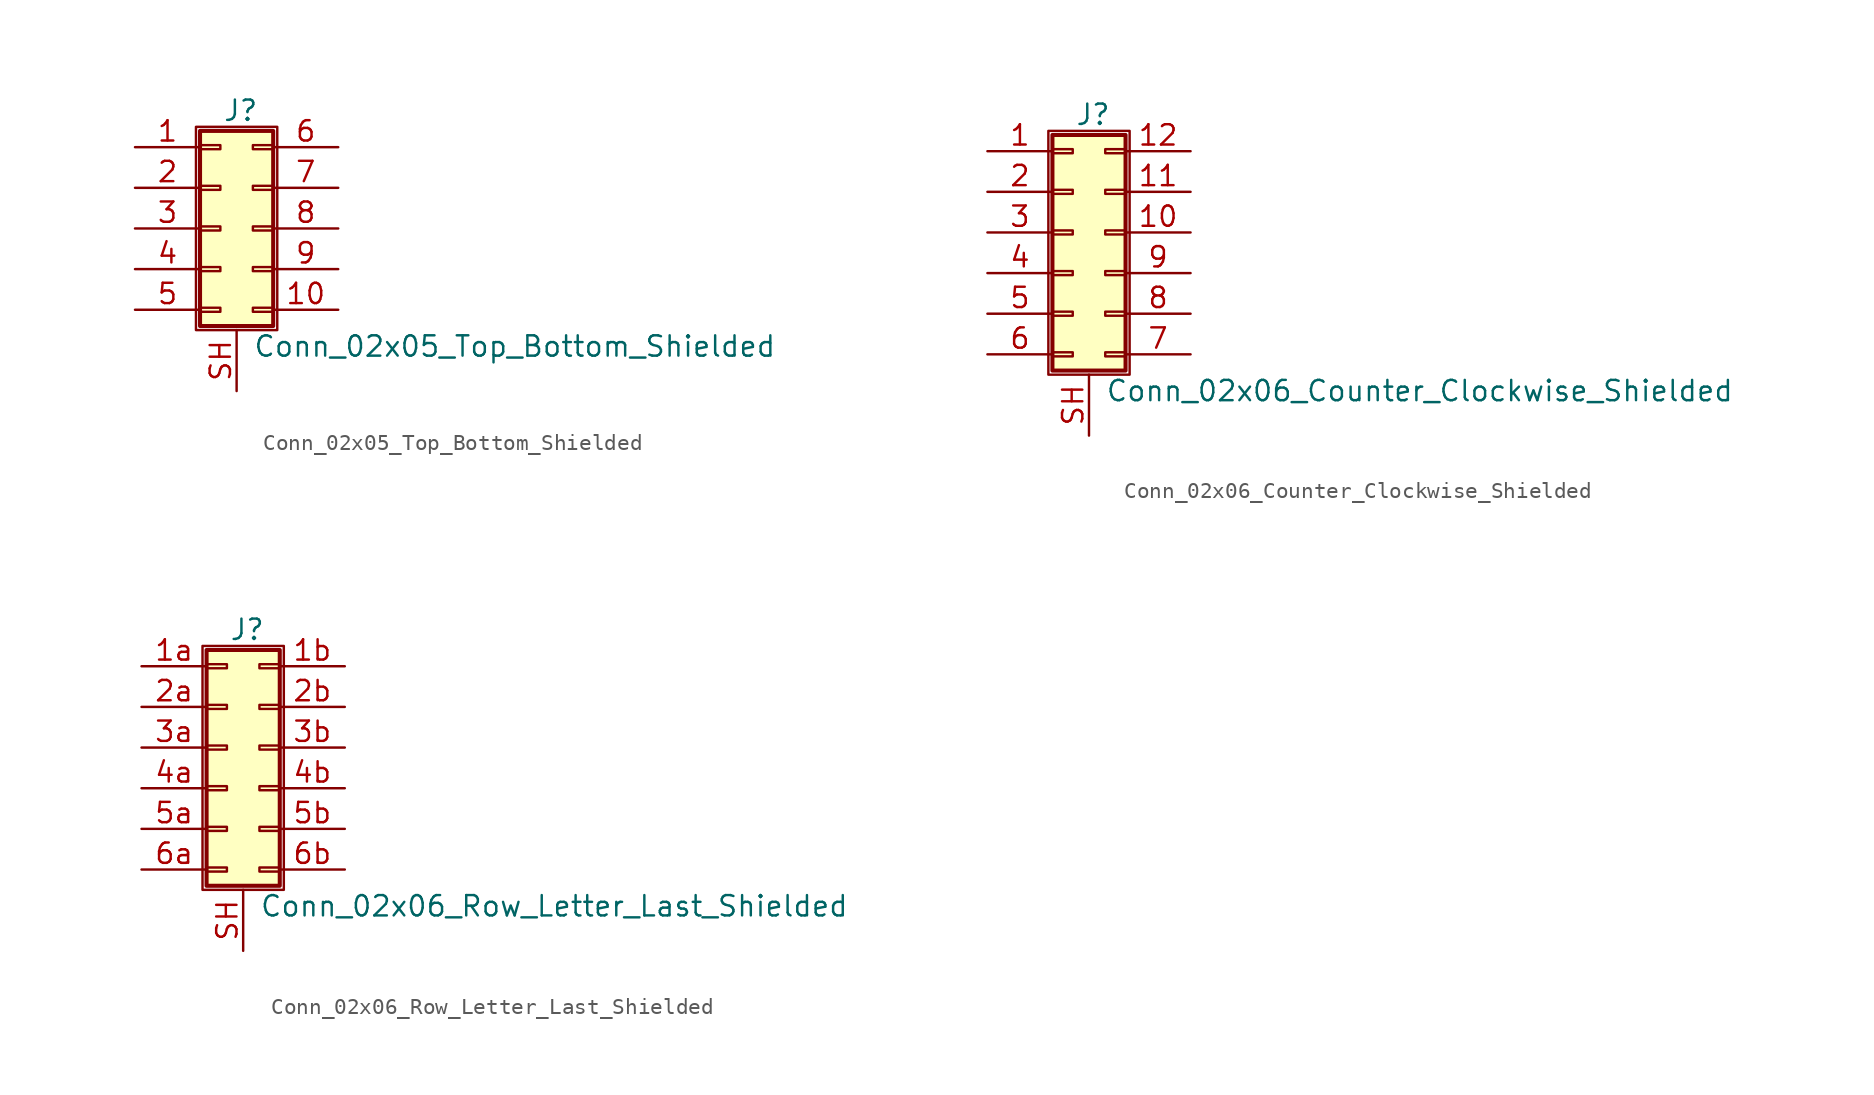
<source format=kicad_sym>
(kicad_symbol_lib
  (version 20211014)
  (generator kicad_symbol_editor)
  (symbol "Conn_02x05_Top_Bottom_Shielded"
    (pin_names
      (offset 1.016) hide)
    (property "Reference" "J"
      (at 1.524 7.366 0)
      (effects (font (size 1.27 1.27))))
    (property "Value" "Conn_02x05_Top_Bottom_Shielded"
      (at 2.286 -7.366 0)
      (effects (font (size 1.27 1.27)) (justify left)))
    (symbol "Conn_02x05_Top_Bottom_Shielded_1_1"
      (rectangle (start -1.27 6.35) (end 3.81 -6.35) (stroke (width 0.152) (type default) (color 0 0 0 0)) (fill (type none)))
      (rectangle (start -1.016 -4.953) (end 0.254 -5.207) (stroke (width 0.152) (type default) (color 0 0 0 0)) (fill (type none)))
      (rectangle (start -1.016 -2.413) (end 0.254 -2.667) (stroke (width 0.152) (type default) (color 0 0 0 0)) (fill (type none)))
      (rectangle (start -1.016 0.127) (end 0.254 -0.127) (stroke (width 0.152) (type default) (color 0 0 0 0)) (fill (type none)))
      (rectangle (start -1.016 2.667) (end 0.254 2.413) (stroke (width 0.152) (type default) (color 0 0 0 0)) (fill (type none)))
      (rectangle (start -1.016 5.207) (end 0.254 4.953) (stroke (width 0.152) (type default) (color 0 0 0 0)) (fill (type none)))
      (rectangle (start -1.016 6.096) (end 3.556 -6.096) (stroke (width 0.254) (type default) (color 0 0 0 0)) (fill (type background)))
      (rectangle (start 3.556 -4.953) (end 2.286 -5.207) (stroke (width 0.152) (type default) (color 0 0 0 0)) (fill (type none)))
      (rectangle (start 3.556 -2.413) (end 2.286 -2.667) (stroke (width 0.152) (type default) (color 0 0 0 0)) (fill (type none)))
      (rectangle (start 3.556 0.127) (end 2.286 -0.127) (stroke (width 0.152) (type default) (color 0 0 0 0)) (fill (type none)))
      (rectangle (start 3.556 2.667) (end 2.286 2.413) (stroke (width 0.152) (type default) (color 0 0 0 0)) (fill (type none)))
      (rectangle (start 3.556 5.207) (end 2.286 4.953) (stroke (width 0.152) (type default) (color 0 0 0 0)) (fill (type none)))
      (pin passive line (at -5.08 5.08 0) (length 4.064) (name "Pin_1" (effects (font (size 1.27 1.27)))) (number "1" (effects (font (size 1.27 1.27)))))
      (pin passive line (at 7.62 -5.08 180) (length 4.064) (name "Pin_10" (effects (font (size 1.27 1.27)))) (number "10" (effects (font (size 1.27 1.27)))))
      (pin passive line (at -5.08 2.54 0) (length 4.064) (name "Pin_2" (effects (font (size 1.27 1.27)))) (number "2" (effects (font (size 1.27 1.27)))))
      (pin passive line (at -5.08 0 0) (length 4.064) (name "Pin_3" (effects (font (size 1.27 1.27)))) (number "3" (effects (font (size 1.27 1.27)))))
      (pin passive line (at -5.08 -2.54 0) (length 4.064) (name "Pin_4" (effects (font (size 1.27 1.27)))) (number "4" (effects (font (size 1.27 1.27)))))
      (pin passive line (at -5.08 -5.08 0) (length 4.064) (name "Pin_5" (effects (font (size 1.27 1.27)))) (number "5" (effects (font (size 1.27 1.27)))))
      (pin passive line (at 7.62 5.08 180) (length 4.064) (name "Pin_6" (effects (font (size 1.27 1.27)))) (number "6" (effects (font (size 1.27 1.27)))))
      (pin passive line (at 7.62 2.54 180) (length 4.064) (name "Pin_7" (effects (font (size 1.27 1.27)))) (number "7" (effects (font (size 1.27 1.27)))))
      (pin passive line (at 7.62 0 180) (length 4.064) (name "Pin_8" (effects (font (size 1.27 1.27)))) (number "8" (effects (font (size 1.27 1.27)))))
      (pin passive line (at 7.62 -2.54 180) (length 4.064) (name "Pin_9" (effects (font (size 1.27 1.27)))) (number "9" (effects (font (size 1.27 1.27)))))
      (pin passive line (at 1.27 -10.16 90) (length 3.81) (name "Shield" (effects (font (size 1.27 1.27)))) (number "SH" (effects (font (size 1.27 1.27)))))))
  (symbol "Conn_02x06_Counter_Clockwise_Shielded"
    (pin_names
      (offset 1.016) hide)
    (property "Reference" "J"
      (at 1.524 7.366 0)
      (effects (font (size 1.27 1.27))))
    (property "Value" "Conn_02x06_Counter_Clockwise_Shielded"
      (at 2.286 -9.906 0)
      (effects (font (size 1.27 1.27)) (justify left)))
    (symbol "Conn_02x06_Counter_Clockwise_Shielded_1_1"
      (rectangle (start -1.27 6.35) (end 3.81 -8.89) (stroke (width 0.152) (type default) (color 0 0 0 0)) (fill (type none)))
      (rectangle (start -1.016 -7.493) (end 0.254 -7.747) (stroke (width 0.152) (type default) (color 0 0 0 0)) (fill (type none)))
      (rectangle (start -1.016 -4.953) (end 0.254 -5.207) (stroke (width 0.152) (type default) (color 0 0 0 0)) (fill (type none)))
      (rectangle (start -1.016 -2.413) (end 0.254 -2.667) (stroke (width 0.152) (type default) (color 0 0 0 0)) (fill (type none)))
      (rectangle (start -1.016 0.127) (end 0.254 -0.127) (stroke (width 0.152) (type default) (color 0 0 0 0)) (fill (type none)))
      (rectangle (start -1.016 2.667) (end 0.254 2.413) (stroke (width 0.152) (type default) (color 0 0 0 0)) (fill (type none)))
      (rectangle (start -1.016 5.207) (end 0.254 4.953) (stroke (width 0.152) (type default) (color 0 0 0 0)) (fill (type none)))
      (rectangle (start -1.016 6.096) (end 3.556 -8.636) (stroke (width 0.254) (type default) (color 0 0 0 0)) (fill (type background)))
      (rectangle (start 3.556 -7.493) (end 2.286 -7.747) (stroke (width 0.152) (type default) (color 0 0 0 0)) (fill (type none)))
      (rectangle (start 3.556 -4.953) (end 2.286 -5.207) (stroke (width 0.152) (type default) (color 0 0 0 0)) (fill (type none)))
      (rectangle (start 3.556 -2.413) (end 2.286 -2.667) (stroke (width 0.152) (type default) (color 0 0 0 0)) (fill (type none)))
      (rectangle (start 3.556 0.127) (end 2.286 -0.127) (stroke (width 0.152) (type default) (color 0 0 0 0)) (fill (type none)))
      (rectangle (start 3.556 2.667) (end 2.286 2.413) (stroke (width 0.152) (type default) (color 0 0 0 0)) (fill (type none)))
      (rectangle (start 3.556 5.207) (end 2.286 4.953) (stroke (width 0.152) (type default) (color 0 0 0 0)) (fill (type none)))
      (pin passive line (at -5.08 5.08 0) (length 4.064) (name "Pin_1" (effects (font (size 1.27 1.27)))) (number "1" (effects (font (size 1.27 1.27)))))
      (pin passive line (at 7.62 0 180) (length 4.064) (name "Pin_10" (effects (font (size 1.27 1.27)))) (number "10" (effects (font (size 1.27 1.27)))))
      (pin passive line (at 7.62 2.54 180) (length 4.064) (name "Pin_11" (effects (font (size 1.27 1.27)))) (number "11" (effects (font (size 1.27 1.27)))))
      (pin passive line (at 7.62 5.08 180) (length 4.064) (name "Pin_12" (effects (font (size 1.27 1.27)))) (number "12" (effects (font (size 1.27 1.27)))))
      (pin passive line (at -5.08 2.54 0) (length 4.064) (name "Pin_2" (effects (font (size 1.27 1.27)))) (number "2" (effects (font (size 1.27 1.27)))))
      (pin passive line (at -5.08 0 0) (length 4.064) (name "Pin_3" (effects (font (size 1.27 1.27)))) (number "3" (effects (font (size 1.27 1.27)))))
      (pin passive line (at -5.08 -2.54 0) (length 4.064) (name "Pin_4" (effects (font (size 1.27 1.27)))) (number "4" (effects (font (size 1.27 1.27)))))
      (pin passive line (at -5.08 -5.08 0) (length 4.064) (name "Pin_5" (effects (font (size 1.27 1.27)))) (number "5" (effects (font (size 1.27 1.27)))))
      (pin passive line (at -5.08 -7.62 0) (length 4.064) (name "Pin_6" (effects (font (size 1.27 1.27)))) (number "6" (effects (font (size 1.27 1.27)))))
      (pin passive line (at 7.62 -7.62 180) (length 4.064) (name "Pin_7" (effects (font (size 1.27 1.27)))) (number "7" (effects (font (size 1.27 1.27)))))
      (pin passive line (at 7.62 -5.08 180) (length 4.064) (name "Pin_8" (effects (font (size 1.27 1.27)))) (number "8" (effects (font (size 1.27 1.27)))))
      (pin passive line (at 7.62 -2.54 180) (length 4.064) (name "Pin_9" (effects (font (size 1.27 1.27)))) (number "9" (effects (font (size 1.27 1.27)))))
      (pin passive line (at 1.27 -12.7 90) (length 3.81) (name "Shield" (effects (font (size 1.27 1.27)))) (number "SH" (effects (font (size 1.27 1.27)))))))
  (symbol "Conn_02x06_Row_Letter_Last_Shielded"
    (pin_names
      (offset 1.016) hide)
    (property "Reference" "J"
      (at 1.524 7.366 0)
      (effects (font (size 1.27 1.27))))
    (property "Value" "Conn_02x06_Row_Letter_Last_Shielded"
      (at 2.286 -9.906 0)
      (effects (font (size 1.27 1.27)) (justify left)))
    (symbol "Conn_02x06_Row_Letter_Last_Shielded_1_1"
      (rectangle (start -1.27 6.35) (end 3.81 -8.89) (stroke (width 0.152) (type default) (color 0 0 0 0)) (fill (type none)))
      (rectangle (start -1.016 -7.493) (end 0.254 -7.747) (stroke (width 0.152) (type default) (color 0 0 0 0)) (fill (type none)))
      (rectangle (start -1.016 -4.953) (end 0.254 -5.207) (stroke (width 0.152) (type default) (color 0 0 0 0)) (fill (type none)))
      (rectangle (start -1.016 -2.413) (end 0.254 -2.667) (stroke (width 0.152) (type default) (color 0 0 0 0)) (fill (type none)))
      (rectangle (start -1.016 0.127) (end 0.254 -0.127) (stroke (width 0.152) (type default) (color 0 0 0 0)) (fill (type none)))
      (rectangle (start -1.016 2.667) (end 0.254 2.413) (stroke (width 0.152) (type default) (color 0 0 0 0)) (fill (type none)))
      (rectangle (start -1.016 5.207) (end 0.254 4.953) (stroke (width 0.152) (type default) (color 0 0 0 0)) (fill (type none)))
      (rectangle (start -1.016 6.096) (end 3.556 -8.636) (stroke (width 0.254) (type default) (color 0 0 0 0)) (fill (type background)))
      (rectangle (start 3.556 -7.493) (end 2.286 -7.747) (stroke (width 0.152) (type default) (color 0 0 0 0)) (fill (type none)))
      (rectangle (start 3.556 -4.953) (end 2.286 -5.207) (stroke (width 0.152) (type default) (color 0 0 0 0)) (fill (type none)))
      (rectangle (start 3.556 -2.413) (end 2.286 -2.667) (stroke (width 0.152) (type default) (color 0 0 0 0)) (fill (type none)))
      (rectangle (start 3.556 0.127) (end 2.286 -0.127) (stroke (width 0.152) (type default) (color 0 0 0 0)) (fill (type none)))
      (rectangle (start 3.556 2.667) (end 2.286 2.413) (stroke (width 0.152) (type default) (color 0 0 0 0)) (fill (type none)))
      (rectangle (start 3.556 5.207) (end 2.286 4.953) (stroke (width 0.152) (type default) (color 0 0 0 0)) (fill (type none)))
      (pin passive line (at -5.08 5.08 0) (length 4.064) (name "Pin_1a" (effects (font (size 1.27 1.27)))) (number "1a" (effects (font (size 1.27 1.27)))))
      (pin passive line (at 7.62 5.08 180) (length 4.064) (name "Pin_1b" (effects (font (size 1.27 1.27)))) (number "1b" (effects (font (size 1.27 1.27)))))
      (pin passive line (at -5.08 2.54 0) (length 4.064) (name "Pin_2a" (effects (font (size 1.27 1.27)))) (number "2a" (effects (font (size 1.27 1.27)))))
      (pin passive line (at 7.62 2.54 180) (length 4.064) (name "Pin_2b" (effects (font (size 1.27 1.27)))) (number "2b" (effects (font (size 1.27 1.27)))))
      (pin passive line (at -5.08 0 0) (length 4.064) (name "Pin_3a" (effects (font (size 1.27 1.27)))) (number "3a" (effects (font (size 1.27 1.27)))))
      (pin passive line (at 7.62 0 180) (length 4.064) (name "Pin_3b" (effects (font (size 1.27 1.27)))) (number "3b" (effects (font (size 1.27 1.27)))))
      (pin passive line (at -5.08 -2.54 0) (length 4.064) (name "Pin_4a" (effects (font (size 1.27 1.27)))) (number "4a" (effects (font (size 1.27 1.27)))))
      (pin passive line (at 7.62 -2.54 180) (length 4.064) (name "Pin_4b" (effects (font (size 1.27 1.27)))) (number "4b" (effects (font (size 1.27 1.27)))))
      (pin passive line (at -5.08 -5.08 0) (length 4.064) (name "Pin_5a" (effects (font (size 1.27 1.27)))) (number "5a" (effects (font (size 1.27 1.27)))))
      (pin passive line (at 7.62 -5.08 180) (length 4.064) (name "Pin_5b" (effects (font (size 1.27 1.27)))) (number "5b" (effects (font (size 1.27 1.27)))))
      (pin passive line (at -5.08 -7.62 0) (length 4.064) (name "Pin_6a" (effects (font (size 1.27 1.27)))) (number "6a" (effects (font (size 1.27 1.27)))))
      (pin passive line (at 7.62 -7.62 180) (length 4.064) (name "Pin_6b" (effects (font (size 1.27 1.27)))) (number "6b" (effects (font (size 1.27 1.27)))))
      (pin passive line (at 1.27 -12.7 90) (length 3.81) (name "Shield" (effects (font (size 1.27 1.27)))) (number "SH" (effects (font (size 1.27 1.27))))))))
</source>
